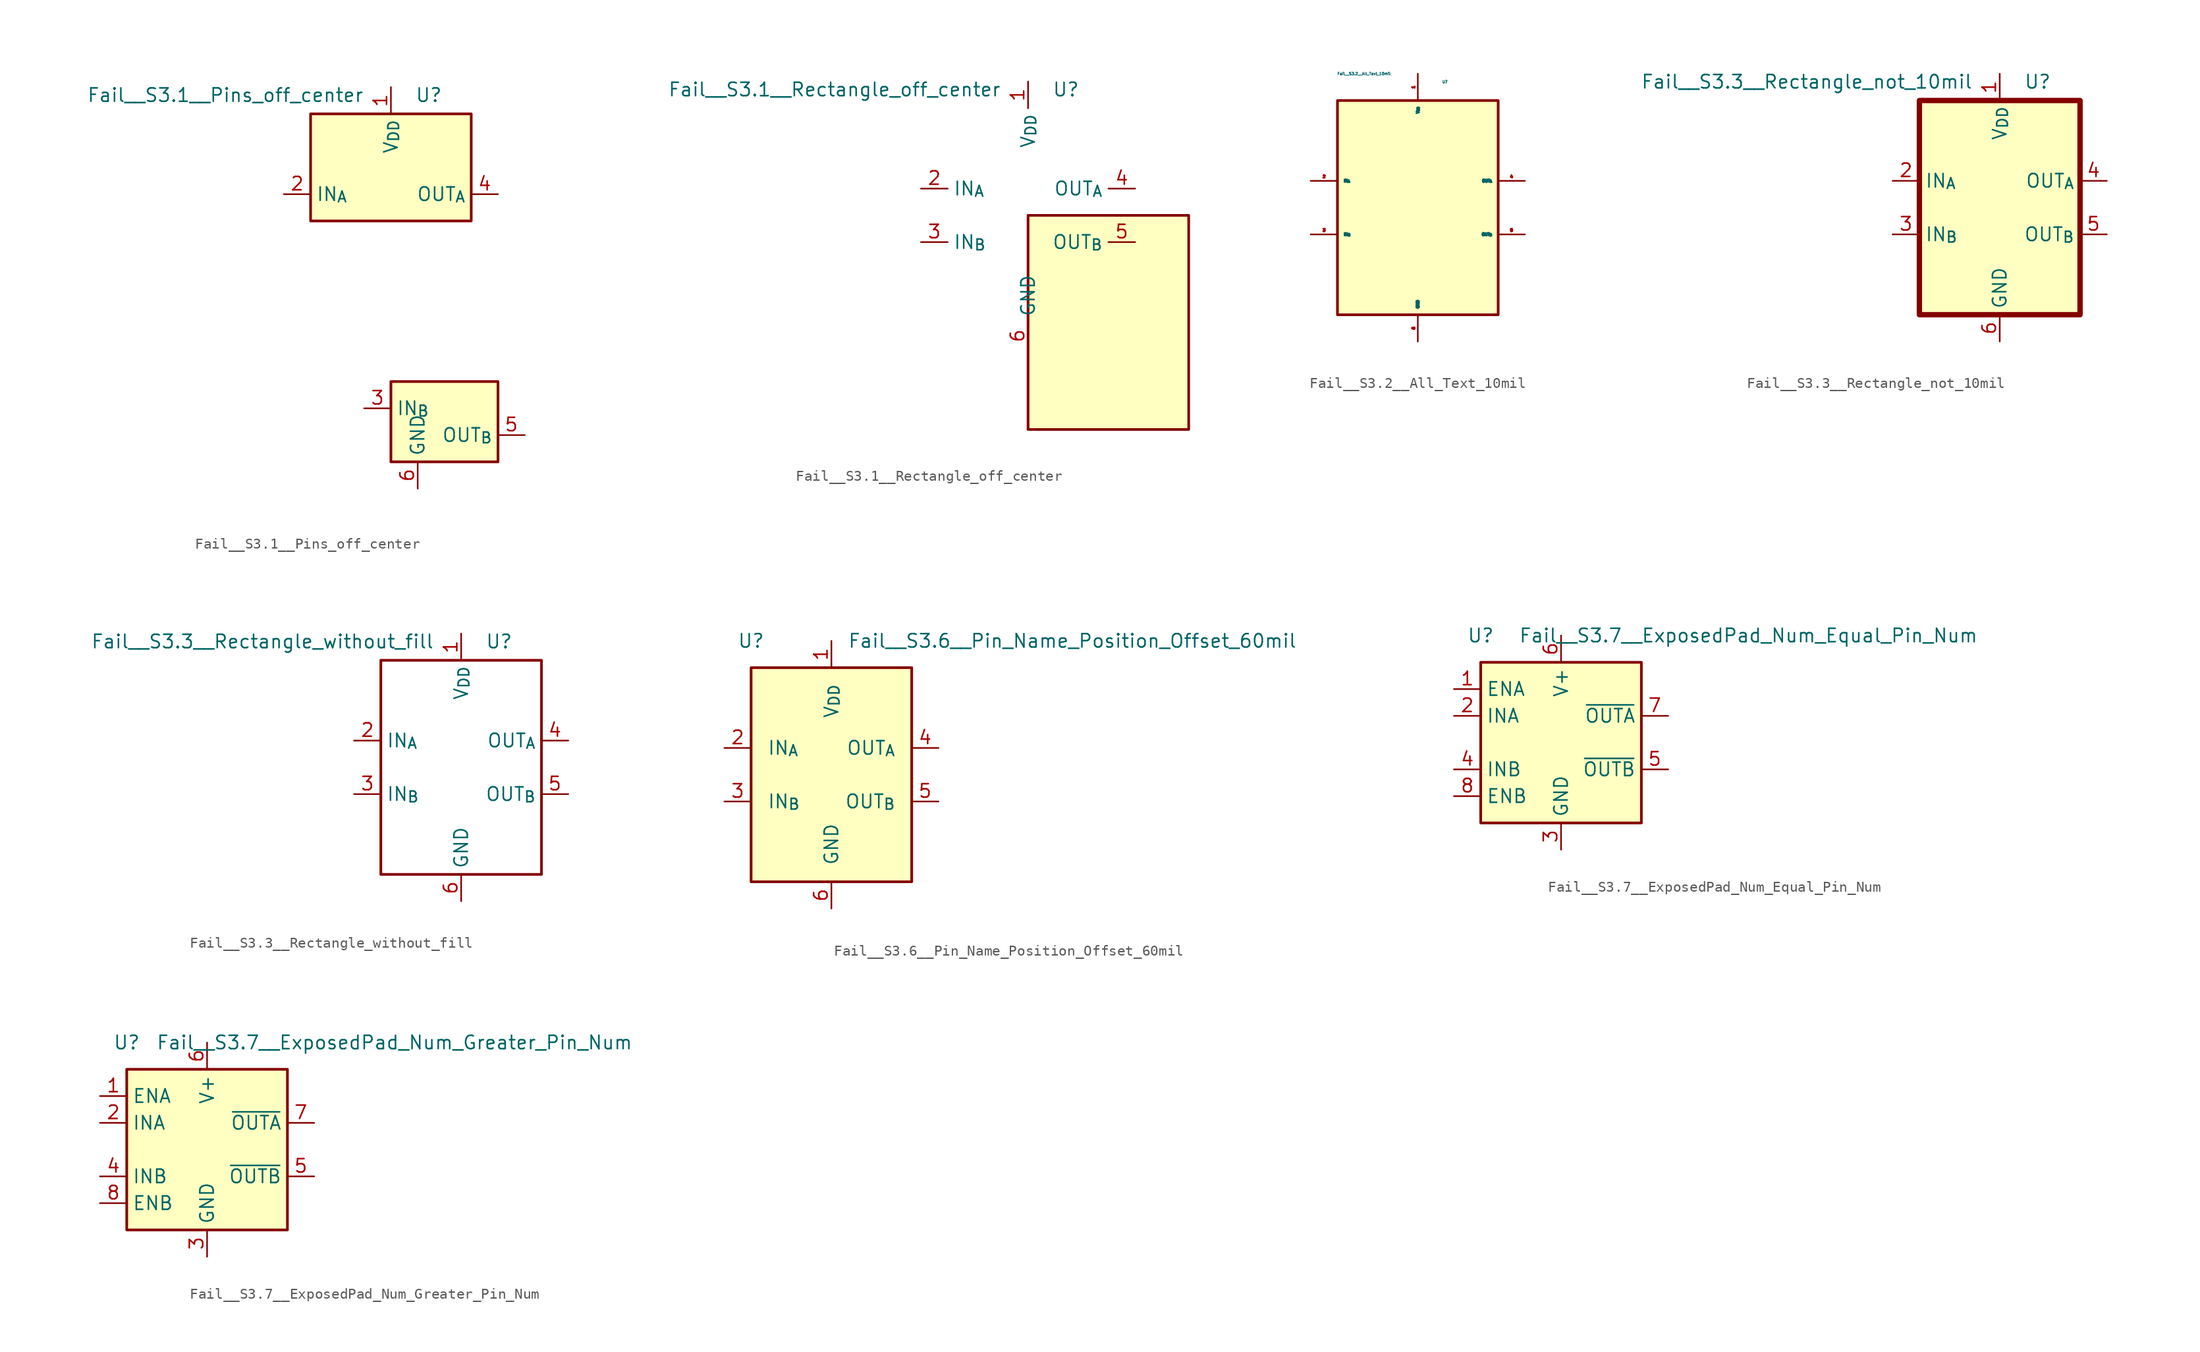
<source format=kicad_sym>
(kicad_symbol_lib
  (version 20220914)
  (generator kicad_symbol_editor)
  (symbol "Fail__S3.1__Pins_off_center"
    (property "Reference" "U"
      (at 2.286 11.938 0)
      (effects (font (size 1.27 1.27)) (justify left)))
    (property "Value" "Fail__S3.1__Pins_off_center"
      (at -2.54 11.938 0)
      (effects (font (size 1.27 1.27)) (justify right)))
    (symbol "Fail__S3.1__Pins_off_center_0_1"
      (rectangle (start -7.62 10.16) (end 7.62 0) (stroke (width 0.254) (type default)) (fill (type background)))
      (rectangle (start 0 -15.24) (end 10.16 -22.86) (stroke (width 0.254) (type default)) (fill (type background))))
    (symbol "Fail__S3.1__Pins_off_center_1_1"
      (pin power_in line (at 0 12.7 270) (length 2.54) (name "V_{DD}" (effects (font (size 1.27 1.27)))) (number "1" (effects (font (size 1.27 1.27)))))
      (pin input line (at -10.16 2.54 0) (length 2.54) (name "IN_{A}" (effects (font (size 1.27 1.27)))) (number "2" (effects (font (size 1.27 1.27)))))
      (pin input line (at -2.54 -17.78 0) (length 2.54) (name "IN_{B}" (effects (font (size 1.27 1.27)))) (number "3" (effects (font (size 1.27 1.27)))))
      (pin output line (at 10.16 2.54 180) (length 2.54) (name "OUT_{A}" (effects (font (size 1.27 1.27)))) (number "4" (effects (font (size 1.27 1.27)))))
      (pin output line (at 12.7 -20.32 180) (length 2.54) (name "OUT_{B}" (effects (font (size 1.27 1.27)))) (number "5" (effects (font (size 1.27 1.27)))))
      (pin power_in line (at 2.54 -25.4 90) (length 2.54) (name "GND" (effects (font (size 1.27 1.27)))) (number "6" (effects (font (size 1.27 1.27)))))
      (pin no_connect line (at 7.62 7.62 180) (length 2.54) hide (name "NC" (effects (font (size 1.27 1.27)))) (number "7" (effects (font (size 1.27 1.27)))))
      (pin no_connect line (at 7.62 5.08 180) (length 2.54) hide (name "NC" (effects (font (size 1.27 1.27)))) (number "8" (effects (font (size 1.27 1.27)))))))
  (symbol "Fail__S3.1__Rectangle_off_center"
    (property "Reference" "U"
      (at 2.286 11.938 0)
      (effects (font (size 1.27 1.27)) (justify left)))
    (property "Value" "Fail__S3.1__Rectangle_off_center"
      (at -2.54 11.938 0)
      (effects (font (size 1.27 1.27)) (justify right)))
    (symbol "Fail__S3.1__Rectangle_off_center_0_1"
      (rectangle (start 0 0) (end 15.24 -20.32) (stroke (width 0.254) (type default)) (fill (type background))))
    (symbol "Fail__S3.1__Rectangle_off_center_1_1"
      (pin power_in line (at 0 12.7 270) (length 2.54) (name "V_{DD}" (effects (font (size 1.27 1.27)))) (number "1" (effects (font (size 1.27 1.27)))))
      (pin input line (at -10.16 2.54 0) (length 2.54) (name "IN_{A}" (effects (font (size 1.27 1.27)))) (number "2" (effects (font (size 1.27 1.27)))))
      (pin input line (at -10.16 -2.54 0) (length 2.54) (name "IN_{B}" (effects (font (size 1.27 1.27)))) (number "3" (effects (font (size 1.27 1.27)))))
      (pin output line (at 10.16 2.54 180) (length 2.54) (name "OUT_{A}" (effects (font (size 1.27 1.27)))) (number "4" (effects (font (size 1.27 1.27)))))
      (pin output line (at 10.16 -2.54 180) (length 2.54) (name "OUT_{B}" (effects (font (size 1.27 1.27)))) (number "5" (effects (font (size 1.27 1.27)))))
      (pin power_in line (at 0 -12.7 90) (length 2.54) (name "GND" (effects (font (size 1.27 1.27)))) (number "6" (effects (font (size 1.27 1.27)))))
      (pin no_connect line (at 7.62 7.62 180) (length 2.54) hide (name "NC" (effects (font (size 1.27 1.27)))) (number "7" (effects (font (size 1.27 1.27)))))
      (pin no_connect line (at 7.62 -7.62 180) (length 2.54) hide (name "NC" (effects (font (size 1.27 1.27)))) (number "8" (effects (font (size 1.27 1.27)))))))
  (symbol "Fail__S3.2__All_Text_10mil"
    (property "Reference" "U"
      (at 2.286 11.938 0)
      (effects (font (size 0.254 0.254)) (justify left)))
    (property "Value" "Fail__S3.2__All_Text_10mil"
      (at -2.54 12.7 0)
      (effects (font (size 0.254 0.254)) (justify right)))
    (symbol "Fail__S3.2__All_Text_10mil_0_1"
      (rectangle (start -7.62 10.16) (end 7.62 -10.16) (stroke (width 0.254) (type default)) (fill (type background))))
    (symbol "Fail__S3.2__All_Text_10mil_1_1"
      (pin power_in line (at 0 12.7 270) (length 2.54) (name "V_{DD}" (effects (font (size 0.254 0.254)))) (number "1" (effects (font (size 0.254 0.254)))))
      (pin input line (at -10.16 2.54 0) (length 2.54) (name "IN_{A}" (effects (font (size 0.254 0.254)))) (number "2" (effects (font (size 0.254 0.254)))))
      (pin input line (at -10.16 -2.54 0) (length 2.54) (name "IN_{B}" (effects (font (size 0.254 0.254)))) (number "3" (effects (font (size 0.254 0.254)))))
      (pin output line (at 10.16 2.54 180) (length 2.54) (name "OUT_{A}" (effects (font (size 0.254 0.254)))) (number "4" (effects (font (size 0.254 0.254)))))
      (pin output line (at 10.16 -2.54 180) (length 2.54) (name "OUT_{B}" (effects (font (size 0.254 0.254)))) (number "5" (effects (font (size 0.254 0.254)))))
      (pin power_in line (at 0 -12.7 90) (length 2.54) (name "GND" (effects (font (size 0.254 0.254)))) (number "6" (effects (font (size 0.254 0.254)))))
      (pin no_connect line (at 7.62 7.62 180) (length 2.54) hide (name "NC" (effects (font (size 0.254 0.254)))) (number "7" (effects (font (size 0.254 0.254)))))
      (pin no_connect line (at 7.62 -7.62 180) (length 2.54) hide (name "NC" (effects (font (size 0.254 0.254)))) (number "8" (effects (font (size 0.254 0.254)))))))
  (symbol "Fail__S3.3__Rectangle_not_10mil"
    (property "Reference" "U"
      (at 2.286 11.938 0)
      (effects (font (size 1.27 1.27)) (justify left)))
    (property "Value" "Fail__S3.3__Rectangle_not_10mil"
      (at -2.54 11.938 0)
      (effects (font (size 1.27 1.27)) (justify right)))
    (symbol "Fail__S3.3__Rectangle_not_10mil_0_1"
      (rectangle (start -7.62 10.16) (end 7.62 -10.16) (stroke (width 0.508) (type default)) (fill (type background))))
    (symbol "Fail__S3.3__Rectangle_not_10mil_1_1"
      (pin power_in line (at 0 12.7 270) (length 2.54) (name "V_{DD}" (effects (font (size 1.27 1.27)))) (number "1" (effects (font (size 1.27 1.27)))))
      (pin input line (at -10.16 2.54 0) (length 2.54) (name "IN_{A}" (effects (font (size 1.27 1.27)))) (number "2" (effects (font (size 1.27 1.27)))))
      (pin input line (at -10.16 -2.54 0) (length 2.54) (name "IN_{B}" (effects (font (size 1.27 1.27)))) (number "3" (effects (font (size 1.27 1.27)))))
      (pin output line (at 10.16 2.54 180) (length 2.54) (name "OUT_{A}" (effects (font (size 1.27 1.27)))) (number "4" (effects (font (size 1.27 1.27)))))
      (pin output line (at 10.16 -2.54 180) (length 2.54) (name "OUT_{B}" (effects (font (size 1.27 1.27)))) (number "5" (effects (font (size 1.27 1.27)))))
      (pin power_in line (at 0 -12.7 90) (length 2.54) (name "GND" (effects (font (size 1.27 1.27)))) (number "6" (effects (font (size 1.27 1.27)))))
      (pin no_connect line (at 7.62 7.62 180) (length 2.54) hide (name "NC" (effects (font (size 1.27 1.27)))) (number "7" (effects (font (size 1.27 1.27)))))
      (pin no_connect line (at 7.62 -7.62 180) (length 2.54) hide (name "NC" (effects (font (size 1.27 1.27)))) (number "8" (effects (font (size 1.27 1.27)))))))
  (symbol "Fail__S3.3__Rectangle_without_fill"
    (property "Reference" "U"
      (at 2.286 11.938 0)
      (effects (font (size 1.27 1.27)) (justify left)))
    (property "Value" "Fail__S3.3__Rectangle_without_fill"
      (at -2.54 11.938 0)
      (effects (font (size 1.27 1.27)) (justify right)))
    (symbol "Fail__S3.3__Rectangle_without_fill_0_1"
      (rectangle (start -7.62 10.16) (end 7.62 -10.16) (stroke (width 0.254) (type default)) (fill (type none))))
    (symbol "Fail__S3.3__Rectangle_without_fill_1_1"
      (pin power_in line (at 0 12.7 270) (length 2.54) (name "V_{DD}" (effects (font (size 1.27 1.27)))) (number "1" (effects (font (size 1.27 1.27)))))
      (pin input line (at -10.16 2.54 0) (length 2.54) (name "IN_{A}" (effects (font (size 1.27 1.27)))) (number "2" (effects (font (size 1.27 1.27)))))
      (pin input line (at -10.16 -2.54 0) (length 2.54) (name "IN_{B}" (effects (font (size 1.27 1.27)))) (number "3" (effects (font (size 1.27 1.27)))))
      (pin output line (at 10.16 2.54 180) (length 2.54) (name "OUT_{A}" (effects (font (size 1.27 1.27)))) (number "4" (effects (font (size 1.27 1.27)))))
      (pin output line (at 10.16 -2.54 180) (length 2.54) (name "OUT_{B}" (effects (font (size 1.27 1.27)))) (number "5" (effects (font (size 1.27 1.27)))))
      (pin power_in line (at 0 -12.7 90) (length 2.54) (name "GND" (effects (font (size 1.27 1.27)))) (number "6" (effects (font (size 1.27 1.27)))))
      (pin no_connect line (at 7.62 7.62 180) (length 2.54) hide (name "NC" (effects (font (size 1.27 1.27)))) (number "7" (effects (font (size 1.27 1.27)))))
      (pin no_connect line (at 7.62 -7.62 180) (length 2.54) hide (name "NC" (effects (font (size 1.27 1.27)))) (number "8" (effects (font (size 1.27 1.27)))))))
  (symbol "Fail__S3.6__Pin_Name_Position_Offset_60mil"
    (pin_names
      (offset 1.524))
    (property "Reference" "U"
      (at -7.62 12.7 0)
      (effects (font (size 1.27 1.27))))
    (property "Value" "Fail__S3.6__Pin_Name_Position_Offset_60mil"
      (at 22.86 12.7 0)
      (effects (font (size 1.27 1.27))))
    (symbol "Fail__S3.6__Pin_Name_Position_Offset_60mil_0_1"
      (rectangle (start -7.62 10.16) (end 7.62 -10.16) (stroke (width 0.254) (type default)) (fill (type background))))
    (symbol "Fail__S3.6__Pin_Name_Position_Offset_60mil_1_1"
      (pin power_in line (at 0 12.7 270) (length 2.54) (name "V_{DD}" (effects (font (size 1.27 1.27)))) (number "1" (effects (font (size 1.27 1.27)))))
      (pin input line (at -10.16 2.54 0) (length 2.54) (name "IN_{A}" (effects (font (size 1.27 1.27)))) (number "2" (effects (font (size 1.27 1.27)))))
      (pin input line (at -10.16 -2.54 0) (length 2.54) (name "IN_{B}" (effects (font (size 1.27 1.27)))) (number "3" (effects (font (size 1.27 1.27)))))
      (pin output line (at 10.16 2.54 180) (length 2.54) (name "OUT_{A}" (effects (font (size 1.27 1.27)))) (number "4" (effects (font (size 1.27 1.27)))))
      (pin output line (at 10.16 -2.54 180) (length 2.54) (name "OUT_{B}" (effects (font (size 1.27 1.27)))) (number "5" (effects (font (size 1.27 1.27)))))
      (pin power_in line (at 0 -12.7 90) (length 2.54) (name "GND" (effects (font (size 1.27 1.27)))) (number "6" (effects (font (size 1.27 1.27)))))
      (pin no_connect line (at 7.62 7.62 180) (length 2.54) hide (name "NC" (effects (font (size 1.27 1.27)))) (number "7" (effects (font (size 1.27 1.27)))))
      (pin no_connect line (at 7.62 -7.62 180) (length 2.54) hide (name "NC" (effects (font (size 1.27 1.27)))) (number "8" (effects (font (size 1.27 1.27)))))))
  (symbol "Fail__S3.7__ExposedPad_Num_Equal_Pin_Num"
    (property "Reference" "U"
      (at -7.62 10.16 0)
      (effects (font (size 1.27 1.27))))
    (property "Value" "Fail__S3.7__ExposedPad_Num_Equal_Pin_Num"
      (at 17.78 10.16 0)
      (effects (font (size 1.27 1.27))))
    (symbol "Fail__S3.7__ExposedPad_Num_Equal_Pin_Num_0_1"
      (rectangle (start -7.62 -7.62) (end 7.62 7.62) (stroke (width 0.254) (type default)) (fill (type background))))
    (symbol "Fail__S3.7__ExposedPad_Num_Equal_Pin_Num_1_1"
      (pin input line (at -10.16 5.08 0) (length 2.54) (name "ENA" (effects (font (size 1.27 1.27)))) (number "1" (effects (font (size 1.27 1.27)))))
      (pin input line (at -10.16 2.54 0) (length 2.54) (name "INA" (effects (font (size 1.27 1.27)))) (number "2" (effects (font (size 1.27 1.27)))))
      (pin power_in line (at 0 -10.16 90) (length 2.54) (name "GND" (effects (font (size 1.27 1.27)))) (number "3" (effects (font (size 1.27 1.27)))))
      (pin input line (at -10.16 -2.54 0) (length 2.54) (name "INB" (effects (font (size 1.27 1.27)))) (number "4" (effects (font (size 1.27 1.27)))))
      (pin output line (at 10.16 -2.54 180) (length 2.54) (name "~{OUTB}" (effects (font (size 1.27 1.27)))) (number "5" (effects (font (size 1.27 1.27)))))
      (pin power_in line (at 0 10.16 270) (length 2.54) (name "V+" (effects (font (size 1.27 1.27)))) (number "6" (effects (font (size 1.27 1.27)))))
      (pin output line (at 10.16 2.54 180) (length 2.54) (name "~{OUTA}" (effects (font (size 1.27 1.27)))) (number "7" (effects (font (size 1.27 1.27)))))
      (pin input line (at -10.16 -5.08 0) (length 2.54) (name "ENB" (effects (font (size 1.27 1.27)))) (number "8" (effects (font (size 1.27 1.27)))))
      (pin passive line (at 0 -10.16 90) (length 2.54) hide (name "GND" (effects (font (size 1.27 1.27)))) (number "8" (effects (font (size 1.27 1.27)))))))
  (symbol "Fail__S3.7__ExposedPad_Num_Greater_Pin_Num"
    (property "Reference" "U"
      (at -7.62 10.16 0)
      (effects (font (size 1.27 1.27))))
    (property "Value" "Fail__S3.7__ExposedPad_Num_Greater_Pin_Num"
      (at 17.78 10.16 0)
      (effects (font (size 1.27 1.27))))
    (symbol "Fail__S3.7__ExposedPad_Num_Greater_Pin_Num_0_1"
      (rectangle (start -7.62 -7.62) (end 7.62 7.62) (stroke (width 0.254) (type default)) (fill (type background))))
    (symbol "Fail__S3.7__ExposedPad_Num_Greater_Pin_Num_1_1"
      (pin input line (at -10.16 5.08 0) (length 2.54) (name "ENA" (effects (font (size 1.27 1.27)))) (number "1" (effects (font (size 1.27 1.27)))))
      (pin input line (at -10.16 2.54 0) (length 2.54) (name "INA" (effects (font (size 1.27 1.27)))) (number "2" (effects (font (size 1.27 1.27)))))
      (pin power_in line (at 0 -10.16 90) (length 2.54) (name "GND" (effects (font (size 1.27 1.27)))) (number "3" (effects (font (size 1.27 1.27)))))
      (pin input line (at -10.16 -2.54 0) (length 2.54) (name "INB" (effects (font (size 1.27 1.27)))) (number "4" (effects (font (size 1.27 1.27)))))
      (pin output line (at 10.16 -2.54 180) (length 2.54) (name "~{OUTB}" (effects (font (size 1.27 1.27)))) (number "5" (effects (font (size 1.27 1.27)))))
      (pin power_in line (at 0 10.16 270) (length 2.54) (name "V+" (effects (font (size 1.27 1.27)))) (number "6" (effects (font (size 1.27 1.27)))))
      (pin output line (at 10.16 2.54 180) (length 2.54) (name "~{OUTA}" (effects (font (size 1.27 1.27)))) (number "7" (effects (font (size 1.27 1.27)))))
      (pin input line (at -10.16 -5.08 0) (length 2.54) (name "ENB" (effects (font (size 1.27 1.27)))) (number "8" (effects (font (size 1.27 1.27)))))
      (pin passive line (at 0 -10.16 90) (length 2.54) hide (name "GND" (effects (font (size 1.27 1.27)))) (number "8" (effects (font (size 1.27 1.27))))))))
</source>
